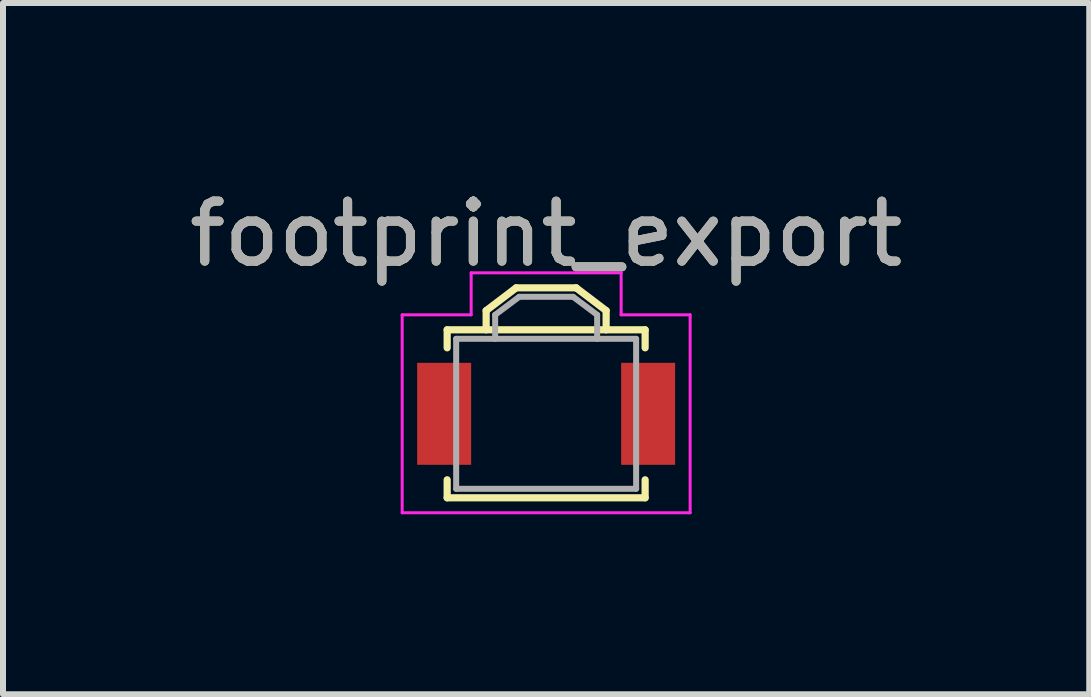
<source format=kicad_pcb>
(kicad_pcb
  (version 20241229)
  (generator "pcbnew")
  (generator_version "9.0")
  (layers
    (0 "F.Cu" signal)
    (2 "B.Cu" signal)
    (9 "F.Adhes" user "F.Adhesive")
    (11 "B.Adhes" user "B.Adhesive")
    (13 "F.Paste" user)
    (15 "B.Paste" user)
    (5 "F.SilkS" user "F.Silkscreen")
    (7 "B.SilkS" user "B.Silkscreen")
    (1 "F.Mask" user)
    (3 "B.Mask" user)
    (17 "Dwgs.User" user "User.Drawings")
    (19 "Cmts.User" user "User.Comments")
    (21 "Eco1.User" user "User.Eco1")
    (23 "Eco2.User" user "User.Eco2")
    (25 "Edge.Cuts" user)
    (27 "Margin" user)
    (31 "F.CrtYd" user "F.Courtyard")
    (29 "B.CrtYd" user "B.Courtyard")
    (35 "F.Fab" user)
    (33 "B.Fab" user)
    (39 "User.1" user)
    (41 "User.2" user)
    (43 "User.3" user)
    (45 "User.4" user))
  (footprint "footprint_export"
    (layer "F.Cu")
    (at 6.054 3.848)
    (property "Reference" "footprint_export" (at 0 -3 0) (layer "F.SilkS") (effects (font (size 1 1) (thickness 0.15))))
    (attr smd)
    (fp_line (start -1.65 -1.4) (end 1.65 -1.4) (stroke (width 0.12) (type solid)) (layer "F.SilkS"))
    (fp_line (start -1.65 -1.1) (end -1.65 -1.4) (stroke (width 0.12) (type solid)) (layer "F.SilkS"))
    (fp_line (start -1.65 1.1) (end -1.65 1.4) (stroke (width 0.12) (type solid)) (layer "F.SilkS"))
    (fp_line (start -1.65 1.4) (end 1.65 1.4) (stroke (width 0.12) (type solid)) (layer "F.SilkS"))
    (fp_line (start -1 -1.72) (end -1 -1.4) (stroke (width 0.12) (type solid)) (layer "F.SilkS"))
    (fp_line (start -0.5 -2.1) (end -1 -1.72) (stroke (width 0.12) (type solid)) (layer "F.SilkS"))
    (fp_line (start -0.5 -2.1) (end 0.5 -2.1) (stroke (width 0.12) (type solid)) (layer "F.SilkS"))
    (fp_line (start 0.5 -2.1) (end 1 -1.72) (stroke (width 0.12) (type solid)) (layer "F.SilkS"))
    (fp_line (start 1 -1.72) (end 1 -1.4) (stroke (width 0.12) (type solid)) (layer "F.SilkS"))
    (fp_line (start 1.65 -1.4) (end 1.65 -1.1) (stroke (width 0.12) (type solid)) (layer "F.SilkS"))
    (fp_line (start 1.65 1.4) (end 1.65 1.1) (stroke (width 0.12) (type solid)) (layer "F.SilkS"))
    (fp_line (start -2.4 -1.65) (end -2.4 1.65) (stroke (width 0.05) (type solid)) (layer "F.CrtYd"))
    (fp_line (start -2.4 1.65) (end 2.4 1.65) (stroke (width 0.05) (type solid)) (layer "F.CrtYd"))
    (fp_line (start -1.25 -2.35) (end 1.25 -2.35) (stroke (width 0.05) (type solid)) (layer "F.CrtYd"))
    (fp_line (start -1.25 -1.65) (end -2.4 -1.65) (stroke (width 0.05) (type solid)) (layer "F.CrtYd"))
    (fp_line (start -1.25 -1.65) (end -1.25 -2.35) (stroke (width 0.05) (type solid)) (layer "F.CrtYd"))
    (fp_line (start 1.25 -2.35) (end 1.25 -1.65) (stroke (width 0.05) (type solid)) (layer "F.CrtYd"))
    (fp_line (start 1.25 -1.65) (end 2.4 -1.65) (stroke (width 0.05) (type solid)) (layer "F.CrtYd"))
    (fp_line (start 2.4 1.65) (end 2.4 -1.65) (stroke (width 0.05) (type solid)) (layer "F.CrtYd"))
    (fp_line (start -1.5 -1.25) (end 1.5 -1.25) (stroke (width 0.1) (type solid)) (layer "F.Fab"))
    (fp_line (start -1.5 1.25) (end -1.5 -1.25) (stroke (width 0.1) (type solid)) (layer "F.Fab"))
    (fp_line (start -0.85 -1.65) (end -0.45 -1.95) (stroke (width 0.1) (type solid)) (layer "F.Fab"))
    (fp_line (start -0.85 -1.25) (end -0.85 -1.65) (stroke (width 0.1) (type solid)) (layer "F.Fab"))
    (fp_line (start -0.45 -1.95) (end 0.45 -1.95) (stroke (width 0.1) (type solid)) (layer "F.Fab"))
    (fp_line (start 0.45 -1.95) (end 0.85 -1.65) (stroke (width 0.1) (type solid)) (layer "F.Fab"))
    (fp_line (start 0.85 -1.65) (end 0.85 -1.25) (stroke (width 0.1) (type solid)) (layer "F.Fab"))
    (fp_line (start 1.5 -1.25) (end 1.5 1.25) (stroke (width 0.1) (type solid)) (layer "F.Fab"))
    (fp_line (start 1.5 1.25) (end -1.5 1.25) (stroke (width 0.1) (type solid)) (layer "F.Fab"))
    (fp_text user "${REFERENCE}" (at 0 -3 0) (layer "F.Fab") (effects (font (size 1 1) (thickness 0.15))))
    (pad "1" smd rect (at -1.7 0) (size 0.9 1.7) (layers "F.Cu" "F.Mask" "F.Paste"))
    (pad "2" smd rect (at 1.7 0) (size 0.9 1.7) (layers "F.Cu" "F.Mask" "F.Paste")))
  (gr_rect
    (start -3 -3)
    (end 15.107 8.523)
    (stroke (width 0.1) (type default))
    (fill no)
    (layer "Edge.Cuts")))
</source>
